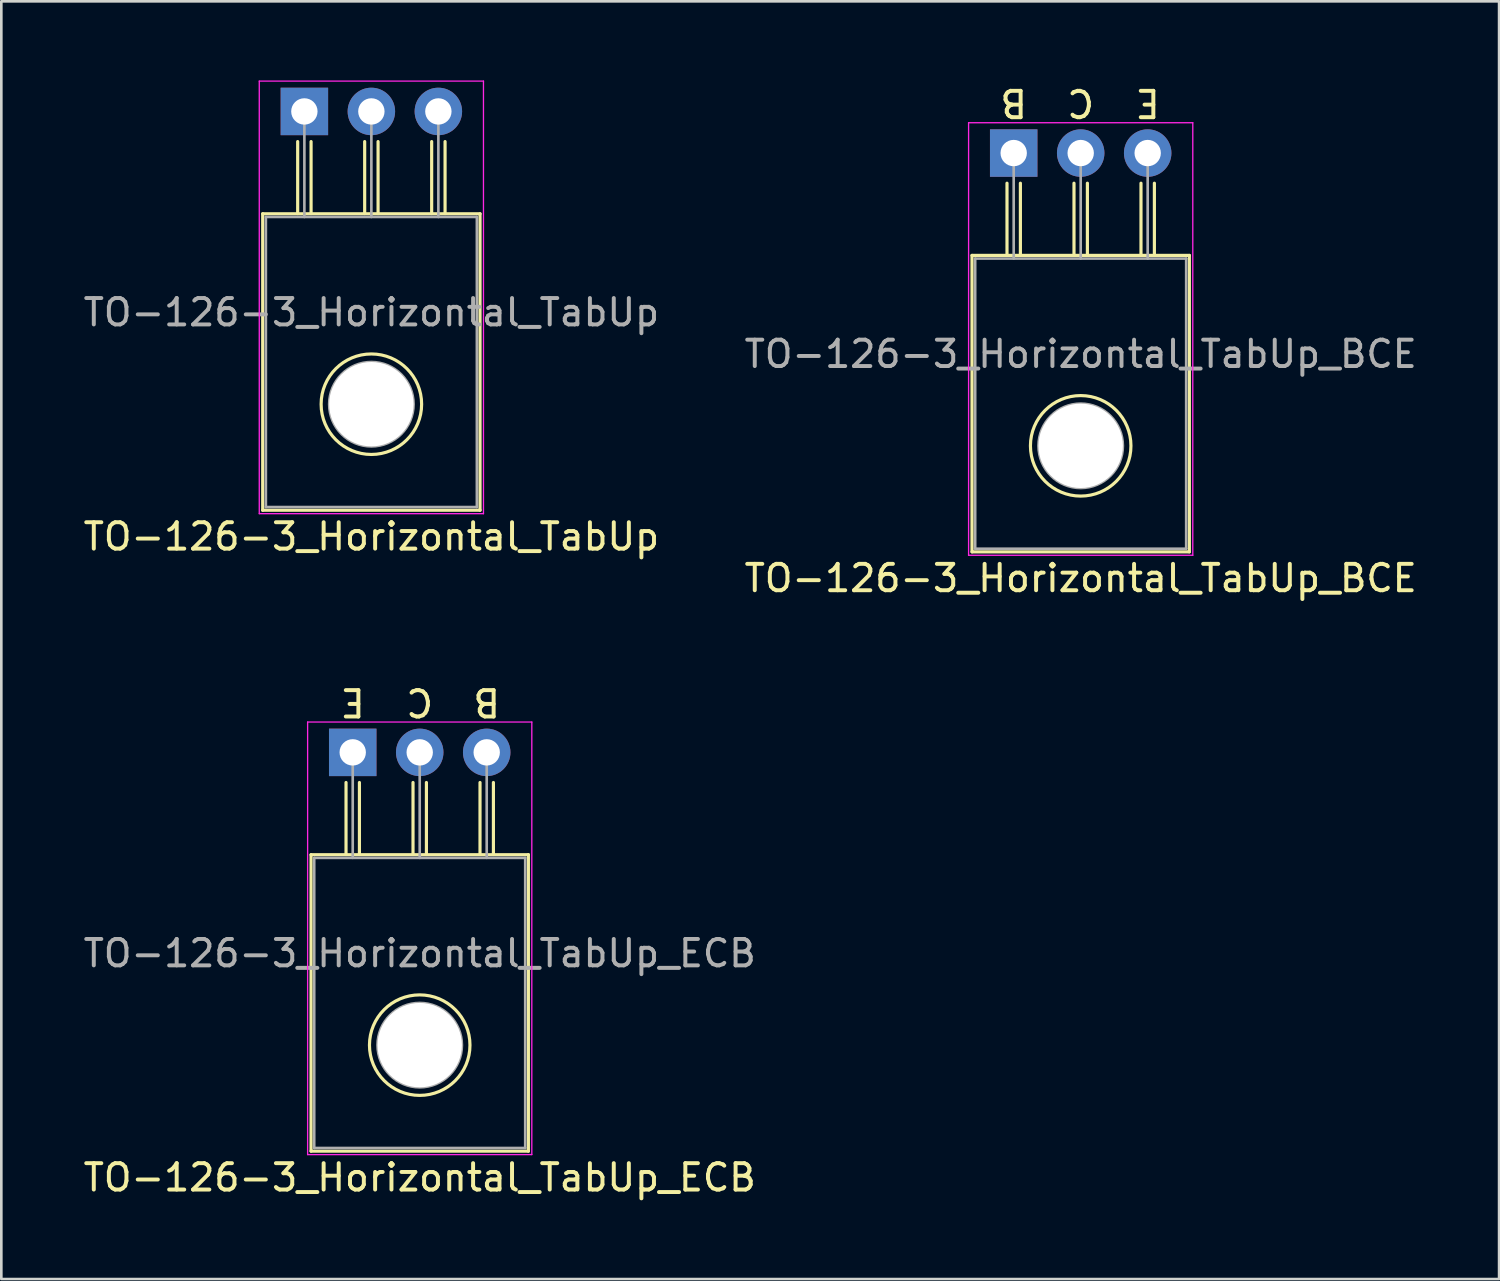
<source format=kicad_pcb>
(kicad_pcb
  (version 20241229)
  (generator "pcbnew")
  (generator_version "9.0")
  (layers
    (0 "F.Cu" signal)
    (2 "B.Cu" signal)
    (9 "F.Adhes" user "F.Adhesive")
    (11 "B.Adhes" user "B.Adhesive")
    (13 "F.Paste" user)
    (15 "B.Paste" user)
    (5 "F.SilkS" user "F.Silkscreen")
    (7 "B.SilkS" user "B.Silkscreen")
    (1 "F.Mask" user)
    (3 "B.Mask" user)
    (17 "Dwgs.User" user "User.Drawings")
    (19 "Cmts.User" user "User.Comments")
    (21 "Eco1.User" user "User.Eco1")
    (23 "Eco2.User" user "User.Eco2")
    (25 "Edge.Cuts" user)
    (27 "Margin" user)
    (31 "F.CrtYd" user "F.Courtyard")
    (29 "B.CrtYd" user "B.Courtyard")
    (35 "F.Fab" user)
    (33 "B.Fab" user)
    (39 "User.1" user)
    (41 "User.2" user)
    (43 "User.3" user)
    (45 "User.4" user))
  (footprint "TO-126-3_Horizontal_TabUp_BCE"
    (layer "F.Cu")
    (at 35.383 2.753)
    (property "Reference" "TO-126-3_Horizontal_TabUp_BCE" (at 2.54 16.12 0) (layer "F.SilkS") (effects (font (size 1 1) (thickness 0.15))))
    (fp_line (start -1.58 3.88) (end -1.58 15.12) (stroke (width 0.12) (type solid)) (layer "F.SilkS"))
    (fp_line (start -1.58 3.88) (end 6.66 3.88) (stroke (width 0.12) (type solid)) (layer "F.SilkS"))
    (fp_line (start -1.58 15.12) (end 6.66 15.12) (stroke (width 0.12) (type solid)) (layer "F.SilkS"))
    (fp_line (start -0.254 3.873) (end -0.254 1.143) (stroke (width 0.12) (type solid)) (layer "F.SilkS"))
    (fp_line (start 0.254 1.143) (end 0.254 3.873) (stroke (width 0.12) (type solid)) (layer "F.SilkS"))
    (fp_line (start 2.286 3.873) (end 2.286 1.143) (stroke (width 0.12) (type solid)) (layer "F.SilkS"))
    (fp_line (start 2.794 1.143) (end 2.794 3.873) (stroke (width 0.12) (type solid)) (layer "F.SilkS"))
    (fp_line (start 4.826 3.873) (end 4.826 1.143) (stroke (width 0.12) (type solid)) (layer "F.SilkS"))
    (fp_line (start 5.334 1.143) (end 5.334 3.873) (stroke (width 0.12) (type solid)) (layer "F.SilkS"))
    (fp_line (start 6.66 3.88) (end 6.66 15.12) (stroke (width 0.12) (type solid)) (layer "F.SilkS"))
    (fp_circle (center 2.54 11.1) (end 0.635 11.125) (stroke (width 0.12) (type solid)) (fill no) (layer "F.SilkS"))
    (fp_line (start -1.71 -1.15) (end -1.71 15.25) (stroke (width 0.05) (type solid)) (layer "F.CrtYd"))
    (fp_line (start -1.71 15.25) (end 6.79 15.25) (stroke (width 0.05) (type solid)) (layer "F.CrtYd"))
    (fp_line (start 6.79 -1.15) (end -1.71 -1.15) (stroke (width 0.05) (type solid)) (layer "F.CrtYd"))
    (fp_line (start 6.79 15.25) (end 6.79 -1.15) (stroke (width 0.05) (type solid)) (layer "F.CrtYd"))
    (fp_line (start -1.46 4) (end -1.46 15) (stroke (width 0.1) (type solid)) (layer "F.Fab"))
    (fp_line (start -1.46 15) (end 6.54 15) (stroke (width 0.1) (type solid)) (layer "F.Fab"))
    (fp_line (start 0 4) (end 0 0) (stroke (width 0.1) (type solid)) (layer "F.Fab"))
    (fp_line (start 2.54 4) (end 2.54 0) (stroke (width 0.1) (type solid)) (layer "F.Fab"))
    (fp_line (start 5.08 4) (end 5.08 0) (stroke (width 0.1) (type solid)) (layer "F.Fab"))
    (fp_line (start 6.54 4) (end -1.46 4) (stroke (width 0.1) (type solid)) (layer "F.Fab"))
    (fp_line (start 6.54 15) (end 6.54 4) (stroke (width 0.1) (type solid)) (layer "F.Fab"))
    (fp_circle (center 2.54 11.1) (end 4.14 11.1) (stroke (width 0.1) (type solid)) (fill no) (layer "F.Fab"))
    (fp_text user "E" (at 5.08 -1.905 180) (unlocked yes) (layer "F.SilkS") (effects (font (size 1 1) (thickness 0.15))))
    (fp_text user "B" (at 0 -1.905 180) (unlocked yes) (layer "F.SilkS") (effects (font (size 1 1) (thickness 0.15))))
    (fp_text user "C" (at 2.54 -1.905 180) (unlocked yes) (layer "F.SilkS") (effects (font (size 1 1) (thickness 0.15))))
    (fp_text user "${REFERENCE}" (at 2.54 7.62 0) (layer "F.Fab") (effects (font (size 1 1) (thickness 0.15))))
    (pad "" np_thru_hole oval (at 2.54 11.1) (size 3.2 3.2) (drill 3.2) (layers "*.Cu" "*.Mask"))
    (pad "1" thru_hole rect (at 0 0) (size 1.8 1.8) (drill 1) (layers "*.Cu" "*.Mask"))
    (pad "2" thru_hole oval (at 2.54 0) (size 1.8 1.8) (drill 1) (layers "*.Cu" "*.Mask"))
    (pad "3" thru_hole oval (at 5.08 0) (size 1.8 1.8) (drill 1) (layers "*.Cu" "*.Mask")))
  (footprint "TO-126-3_Horizontal_TabUp"
    (layer "F.Cu")
    (at 8.49 1.175)
    (property "Reference" "TO-126-3_Horizontal_TabUp" (at 2.54 16.12 0) (layer "F.SilkS") (effects (font (size 1 1) (thickness 0.15))))
    (attr through_hole)
    (fp_line (start -1.58 3.88) (end -1.58 15.12) (stroke (width 0.12) (type solid)) (layer "F.SilkS"))
    (fp_line (start -1.58 3.88) (end 6.66 3.88) (stroke (width 0.12) (type solid)) (layer "F.SilkS"))
    (fp_line (start -1.58 15.12) (end 6.66 15.12) (stroke (width 0.12) (type solid)) (layer "F.SilkS"))
    (fp_line (start -0.254 3.873) (end -0.254 1.143) (stroke (width 0.12) (type solid)) (layer "F.SilkS"))
    (fp_line (start 0.254 1.143) (end 0.254 3.873) (stroke (width 0.12) (type solid)) (layer "F.SilkS"))
    (fp_line (start 2.286 3.873) (end 2.286 1.143) (stroke (width 0.12) (type solid)) (layer "F.SilkS"))
    (fp_line (start 2.794 1.143) (end 2.794 3.873) (stroke (width 0.12) (type solid)) (layer "F.SilkS"))
    (fp_line (start 4.826 3.873) (end 4.826 1.143) (stroke (width 0.12) (type solid)) (layer "F.SilkS"))
    (fp_line (start 5.334 1.143) (end 5.334 3.873) (stroke (width 0.12) (type solid)) (layer "F.SilkS"))
    (fp_line (start 6.66 3.88) (end 6.66 15.12) (stroke (width 0.12) (type solid)) (layer "F.SilkS"))
    (fp_circle (center 2.54 11.1) (end 0.635 11.125) (stroke (width 0.12) (type solid)) (fill no) (layer "F.SilkS"))
    (fp_line (start -1.71 -1.15) (end -1.71 15.25) (stroke (width 0.05) (type solid)) (layer "F.CrtYd"))
    (fp_line (start -1.71 15.25) (end 6.79 15.25) (stroke (width 0.05) (type solid)) (layer "F.CrtYd"))
    (fp_line (start 6.79 -1.15) (end -1.71 -1.15) (stroke (width 0.05) (type solid)) (layer "F.CrtYd"))
    (fp_line (start 6.79 15.25) (end 6.79 -1.15) (stroke (width 0.05) (type solid)) (layer "F.CrtYd"))
    (fp_line (start -1.46 4) (end -1.46 15) (stroke (width 0.1) (type solid)) (layer "F.Fab"))
    (fp_line (start -1.46 15) (end 6.54 15) (stroke (width 0.1) (type solid)) (layer "F.Fab"))
    (fp_line (start 0 4) (end 0 0) (stroke (width 0.1) (type solid)) (layer "F.Fab"))
    (fp_line (start 2.54 4) (end 2.54 0) (stroke (width 0.1) (type solid)) (layer "F.Fab"))
    (fp_line (start 5.08 4) (end 5.08 0) (stroke (width 0.1) (type solid)) (layer "F.Fab"))
    (fp_line (start 6.54 4) (end -1.46 4) (stroke (width 0.1) (type solid)) (layer "F.Fab"))
    (fp_line (start 6.54 15) (end 6.54 4) (stroke (width 0.1) (type solid)) (layer "F.Fab"))
    (fp_circle (center 2.54 11.1) (end 4.14 11.1) (stroke (width 0.1) (type solid)) (fill no) (layer "F.Fab"))
    (fp_text user "${REFERENCE}" (at 2.54 7.62 0) (layer "F.Fab") (effects (font (size 1 1) (thickness 0.15))))
    (pad "" np_thru_hole oval (at 2.54 11.1) (size 3.2 3.2) (drill 3.2) (layers "*.Cu" "*.Mask"))
    (pad "1" thru_hole rect (at 0 0) (size 1.8 1.8) (drill 1) (layers "*.Cu" "*.Mask"))
    (pad "2" thru_hole oval (at 2.54 0) (size 1.8 1.8) (drill 1) (layers "*.Cu" "*.Mask"))
    (pad "3" thru_hole oval (at 5.08 0) (size 1.8 1.8) (drill 1) (layers "*.Cu" "*.Mask")))
  (footprint "TO-126-3_Horizontal_TabUp_ECB"
    (layer "F.Cu")
    (at 10.323 25.475)
    (property "Reference" "TO-126-3_Horizontal_TabUp_ECB" (at 2.54 16.12 0) (layer "F.SilkS") (effects (font (size 1 1) (thickness 0.15))))
    (fp_line (start -1.58 3.88) (end -1.58 15.12) (stroke (width 0.12) (type solid)) (layer "F.SilkS"))
    (fp_line (start -1.58 3.88) (end 6.66 3.88) (stroke (width 0.12) (type solid)) (layer "F.SilkS"))
    (fp_line (start -1.58 15.12) (end 6.66 15.12) (stroke (width 0.12) (type solid)) (layer "F.SilkS"))
    (fp_line (start -0.254 3.873) (end -0.254 1.143) (stroke (width 0.12) (type solid)) (layer "F.SilkS"))
    (fp_line (start 0.254 1.143) (end 0.254 3.873) (stroke (width 0.12) (type solid)) (layer "F.SilkS"))
    (fp_line (start 2.286 3.873) (end 2.286 1.143) (stroke (width 0.12) (type solid)) (layer "F.SilkS"))
    (fp_line (start 2.794 1.143) (end 2.794 3.873) (stroke (width 0.12) (type solid)) (layer "F.SilkS"))
    (fp_line (start 4.826 3.873) (end 4.826 1.143) (stroke (width 0.12) (type solid)) (layer "F.SilkS"))
    (fp_line (start 5.334 1.143) (end 5.334 3.873) (stroke (width 0.12) (type solid)) (layer "F.SilkS"))
    (fp_line (start 6.66 3.88) (end 6.66 15.12) (stroke (width 0.12) (type solid)) (layer "F.SilkS"))
    (fp_circle (center 2.54 11.1) (end 0.635 11.125) (stroke (width 0.12) (type solid)) (fill no) (layer "F.SilkS"))
    (fp_line (start -1.71 -1.15) (end -1.71 15.25) (stroke (width 0.05) (type solid)) (layer "F.CrtYd"))
    (fp_line (start -1.71 15.25) (end 6.79 15.25) (stroke (width 0.05) (type solid)) (layer "F.CrtYd"))
    (fp_line (start 6.79 -1.15) (end -1.71 -1.15) (stroke (width 0.05) (type solid)) (layer "F.CrtYd"))
    (fp_line (start 6.79 15.25) (end 6.79 -1.15) (stroke (width 0.05) (type solid)) (layer "F.CrtYd"))
    (fp_line (start -1.46 4) (end -1.46 15) (stroke (width 0.1) (type solid)) (layer "F.Fab"))
    (fp_line (start -1.46 15) (end 6.54 15) (stroke (width 0.1) (type solid)) (layer "F.Fab"))
    (fp_line (start 0 4) (end 0 0) (stroke (width 0.1) (type solid)) (layer "F.Fab"))
    (fp_line (start 2.54 4) (end 2.54 0) (stroke (width 0.1) (type solid)) (layer "F.Fab"))
    (fp_line (start 5.08 4) (end 5.08 0) (stroke (width 0.1) (type solid)) (layer "F.Fab"))
    (fp_line (start 6.54 4) (end -1.46 4) (stroke (width 0.1) (type solid)) (layer "F.Fab"))
    (fp_line (start 6.54 15) (end 6.54 4) (stroke (width 0.1) (type solid)) (layer "F.Fab"))
    (fp_circle (center 2.54 11.1) (end 4.14 11.1) (stroke (width 0.1) (type solid)) (fill no) (layer "F.Fab"))
    (fp_text user "E" (at 0 -1.905 180) (unlocked yes) (layer "F.SilkS") (effects (font (size 1 1) (thickness 0.15))))
    (fp_text user "B" (at 5.08 -1.905 180) (unlocked yes) (layer "F.SilkS") (effects (font (size 1 1) (thickness 0.15))))
    (fp_text user "C" (at 2.54 -1.905 180) (unlocked yes) (layer "F.SilkS") (effects (font (size 1 1) (thickness 0.15))))
    (fp_text user "${REFERENCE}" (at 2.54 7.62 0) (layer "F.Fab") (effects (font (size 1 1) (thickness 0.15))))
    (pad "" np_thru_hole oval (at 2.54 11.1) (size 3.2 3.2) (drill 3.2) (layers "*.Cu" "*.Mask"))
    (pad "1" thru_hole rect (at 0 0) (size 1.8 1.8) (drill 1) (layers "*.Cu" "*.Mask"))
    (pad "2" thru_hole oval (at 2.54 0) (size 1.8 1.8) (drill 1) (layers "*.Cu" "*.Mask"))
    (pad "3" thru_hole oval (at 5.08 0) (size 1.8 1.8) (drill 1) (layers "*.Cu" "*.Mask")))
  (gr_rect
    (start -3 -3)
    (end 53.786 45.443)
    (stroke (width 0.1) (type default))
    (fill no)
    (layer "Edge.Cuts")))
</source>
